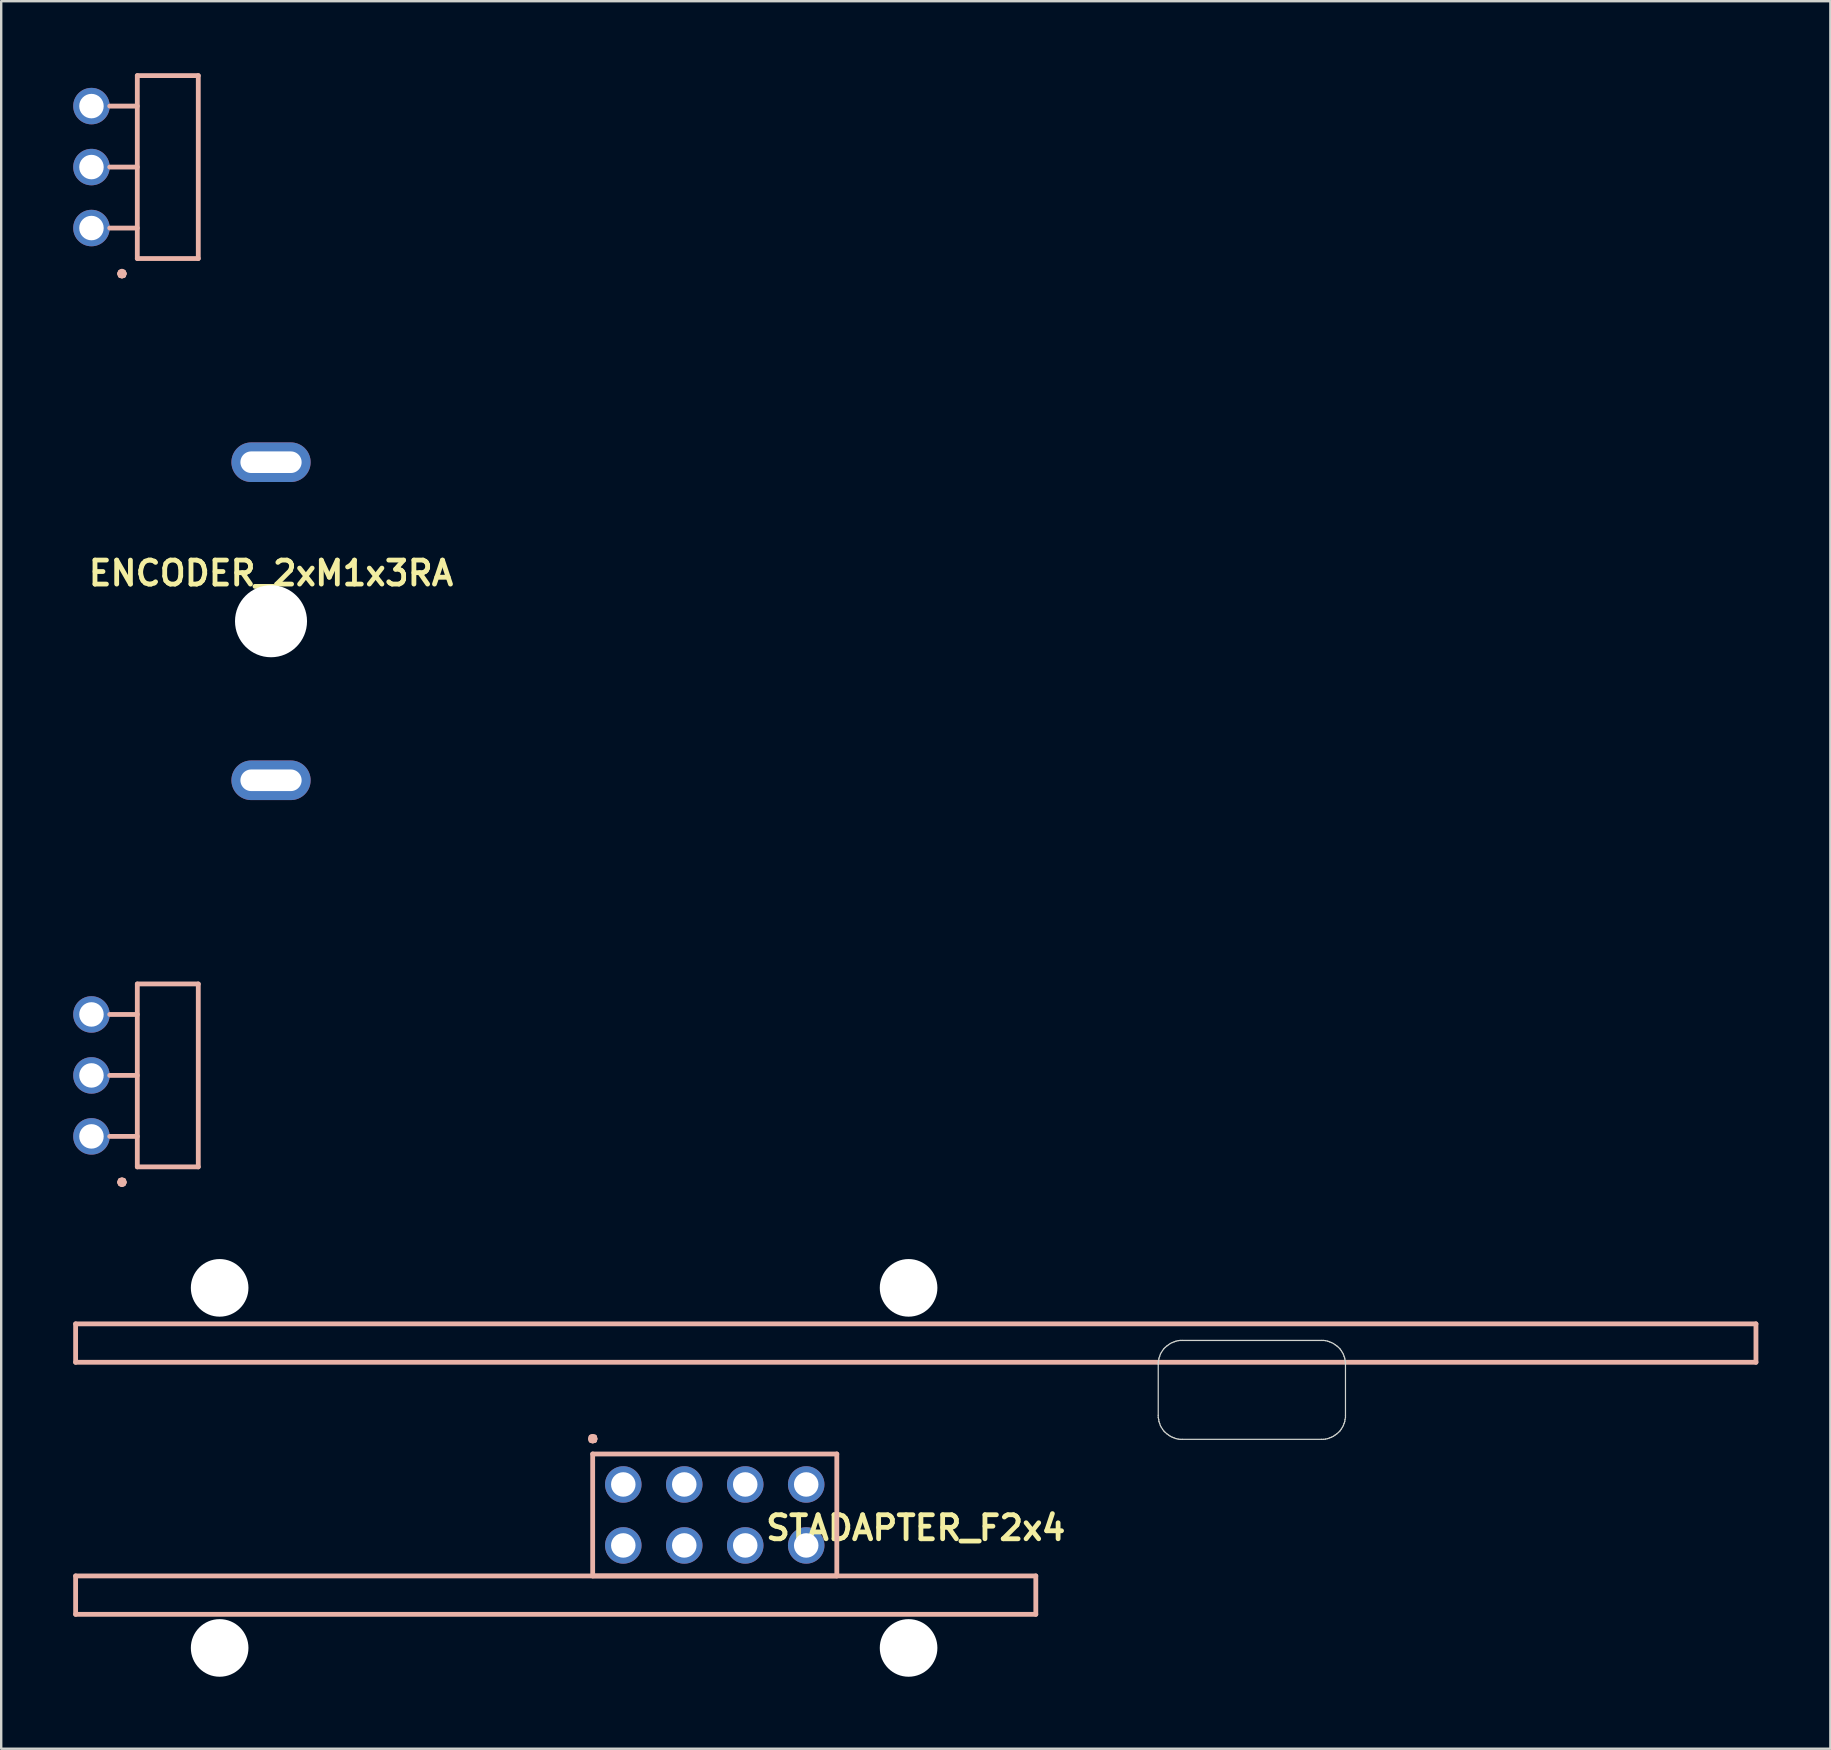
<source format=kicad_pcb>
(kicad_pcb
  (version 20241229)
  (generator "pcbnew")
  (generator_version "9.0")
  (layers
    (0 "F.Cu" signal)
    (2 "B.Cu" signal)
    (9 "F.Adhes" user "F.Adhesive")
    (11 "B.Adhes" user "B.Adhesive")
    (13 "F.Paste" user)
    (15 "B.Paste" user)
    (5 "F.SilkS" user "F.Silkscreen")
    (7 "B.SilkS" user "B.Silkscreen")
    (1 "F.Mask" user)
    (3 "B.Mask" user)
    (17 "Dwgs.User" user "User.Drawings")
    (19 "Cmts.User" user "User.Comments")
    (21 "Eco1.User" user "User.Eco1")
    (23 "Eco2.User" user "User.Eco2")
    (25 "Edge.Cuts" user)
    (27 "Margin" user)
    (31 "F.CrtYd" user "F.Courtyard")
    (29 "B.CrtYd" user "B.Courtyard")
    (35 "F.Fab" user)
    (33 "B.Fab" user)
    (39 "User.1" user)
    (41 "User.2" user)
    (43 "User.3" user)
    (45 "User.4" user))
  (footprint "ENCODER_2xM1x3RA"
    (layer "F.Cu")
    (at 8.24 22.83)
    (property "Reference" "ENCODER_2xM1x3RA" (at 0 -2 0) (layer "F.SilkS") (effects (font (size 1 1) (thickness 0.2))))
    (attr through_hole)
    (fp_line (start -6.72 -21.46) (end -5.57 -21.46) (stroke (width 0.2) (type solid)) (layer "B.SilkS"))
    (fp_line (start -6.72 -18.92) (end -5.57 -18.92) (stroke (width 0.2) (type solid)) (layer "B.SilkS"))
    (fp_line (start -6.72 -16.38) (end -5.57 -16.38) (stroke (width 0.2) (type solid)) (layer "B.SilkS"))
    (fp_line (start -6.72 16.38) (end -5.57 16.38) (stroke (width 0.2) (type solid)) (layer "B.SilkS"))
    (fp_line (start -6.72 18.92) (end -5.57 18.92) (stroke (width 0.2) (type solid)) (layer "B.SilkS"))
    (fp_line (start -6.72 21.46) (end -5.57 21.46) (stroke (width 0.2) (type solid)) (layer "B.SilkS"))
    (fp_line (start -6.31 -14.48) (end -6.28 -14.4) (stroke (width 0.2) (type solid)) (layer "B.SilkS"))
    (fp_line (start -6.31 23.37) (end -6.28 23.44) (stroke (width 0.2) (type solid)) (layer "B.SilkS"))
    (fp_line (start -6.28 -14.55) (end -6.31 -14.48) (stroke (width 0.2) (type solid)) (layer "B.SilkS"))
    (fp_line (start -6.28 -14.4) (end -6.21 -14.38) (stroke (width 0.2) (type solid)) (layer "B.SilkS"))
    (fp_line (start -6.28 23.29) (end -6.31 23.37) (stroke (width 0.2) (type solid)) (layer "B.SilkS"))
    (fp_line (start -6.28 23.44) (end -6.21 23.47) (stroke (width 0.2) (type solid)) (layer "B.SilkS"))
    (fp_line (start -6.21 -14.58) (end -6.28 -14.55) (stroke (width 0.2) (type solid)) (layer "B.SilkS"))
    (fp_line (start -6.21 -14.38) (end -6.14 -14.4) (stroke (width 0.2) (type solid)) (layer "B.SilkS"))
    (fp_line (start -6.21 23.27) (end -6.28 23.29) (stroke (width 0.2) (type solid)) (layer "B.SilkS"))
    (fp_line (start -6.21 23.47) (end -6.14 23.44) (stroke (width 0.2) (type solid)) (layer "B.SilkS"))
    (fp_line (start -6.14 -14.55) (end -6.21 -14.58) (stroke (width 0.2) (type solid)) (layer "B.SilkS"))
    (fp_line (start -6.14 -14.4) (end -6.11 -14.48) (stroke (width 0.2) (type solid)) (layer "B.SilkS"))
    (fp_line (start -6.14 23.29) (end -6.21 23.27) (stroke (width 0.2) (type solid)) (layer "B.SilkS"))
    (fp_line (start -6.14 23.44) (end -6.11 23.37) (stroke (width 0.2) (type solid)) (layer "B.SilkS"))
    (fp_line (start -6.11 -14.48) (end -6.14 -14.55) (stroke (width 0.2) (type solid)) (layer "B.SilkS"))
    (fp_line (start -6.11 23.37) (end -6.14 23.29) (stroke (width 0.2) (type solid)) (layer "B.SilkS"))
    (fp_line (start -5.57 -22.73) (end -5.57 -15.11) (stroke (width 0.2) (type solid)) (layer "B.SilkS"))
    (fp_line (start -5.57 -15.11) (end -3.03 -15.11) (stroke (width 0.2) (type solid)) (layer "B.SilkS"))
    (fp_line (start -5.57 15.11) (end -5.57 22.73) (stroke (width 0.2) (type solid)) (layer "B.SilkS"))
    (fp_line (start -5.57 22.73) (end -3.03 22.73) (stroke (width 0.2) (type solid)) (layer "B.SilkS"))
    (fp_line (start -3.03 -22.73) (end -5.57 -22.73) (stroke (width 0.2) (type solid)) (layer "B.SilkS"))
    (fp_line (start -3.03 -15.11) (end -3.03 -22.73) (stroke (width 0.2) (type solid)) (layer "B.SilkS"))
    (fp_line (start -3.03 15.11) (end -5.57 15.11) (stroke (width 0.2) (type solid)) (layer "B.SilkS"))
    (fp_line (start -3.03 22.73) (end -3.03 15.11) (stroke (width 0.2) (type solid)) (layer "B.SilkS"))
    (pad "" np_thru_hole circle (at 0 0) (size 3 3) (drill 3) (layers "*.Cu" "*.Mask"))
    (pad "1" thru_hole circle (at -7.48 21.46) (size 1.52 1.52) (drill 1.02) (layers "*.Cu" "*.Mask"))
    (pad "2" thru_hole circle (at -7.48 18.92) (size 1.52 1.52) (drill 1.02) (layers "*.Cu" "*.Mask"))
    (pad "3" thru_hole circle (at -7.48 16.38) (size 1.52 1.52) (drill 1.02) (layers "*.Cu" "*.Mask"))
    (pad "4" thru_hole circle (at -7.48 -16.38) (size 1.52 1.52) (drill 1.02) (layers "*.Cu" "*.Mask"))
    (pad "5" thru_hole circle (at -7.48 -18.92) (size 1.52 1.52) (drill 1.02) (layers "*.Cu" "*.Mask"))
    (pad "6" thru_hole circle (at -7.48 -21.46) (size 1.52 1.52) (drill 1.02) (layers "*.Cu" "*.Mask"))
    (pad "7" thru_hole oval (at 0 6.625) (size 3.3 1.65) (drill oval 2.55 0.9) (layers "*.Cu" "*.Mask"))
    (pad "8" thru_hole oval (at 0 -6.625) (size 3.3 1.65) (drill oval 2.55 0.9) (layers "*.Cu" "*.Mask")))
  (footprint "STADAPTER_F2x4"
    (layer "F.Cu")
    (at 35.1 62.6)
    (property "Reference" "STADAPTER_F2x4" (at 0 -2 0) (layer "F.SilkS") (effects (font (size 1 1) (thickness 0.2))))
    (attr through_hole)
    (fp_line (start -35 -10.5) (end -35 -8.9) (stroke (width 0.2) (type solid)) (layer "B.SilkS"))
    (fp_line (start -35 -8.9) (end 35 -8.9) (stroke (width 0.2) (type solid)) (layer "B.SilkS"))
    (fp_line (start -35 0) (end -35 1.6) (stroke (width 0.2) (type solid)) (layer "B.SilkS"))
    (fp_line (start -35 1.6) (end 5 1.6) (stroke (width 0.2) (type solid)) (layer "B.SilkS"))
    (fp_line (start -13.55 -5.71) (end -13.53 -5.64) (stroke (width 0.2) (type solid)) (layer "B.SilkS"))
    (fp_line (start -13.53 -5.79) (end -13.55 -5.71) (stroke (width 0.2) (type solid)) (layer "B.SilkS"))
    (fp_line (start -13.53 -5.64) (end -13.46 -5.62) (stroke (width 0.2) (type solid)) (layer "B.SilkS"))
    (fp_line (start -13.46 -5.81) (end -13.53 -5.79) (stroke (width 0.2) (type solid)) (layer "B.SilkS"))
    (fp_line (start -13.46 -5.62) (end -13.38 -5.64) (stroke (width 0.2) (type solid)) (layer "B.SilkS"))
    (fp_line (start -13.46 -5.08) (end -13.46 0) (stroke (width 0.2) (type solid)) (layer "B.SilkS"))
    (fp_line (start -13.46 0) (end -3.29 0) (stroke (width 0.2) (type solid)) (layer "B.SilkS"))
    (fp_line (start -13.38 -5.79) (end -13.46 -5.81) (stroke (width 0.2) (type solid)) (layer "B.SilkS"))
    (fp_line (start -13.38 -5.64) (end -13.36 -5.71) (stroke (width 0.2) (type solid)) (layer "B.SilkS"))
    (fp_line (start -13.36 -5.71) (end -13.38 -5.79) (stroke (width 0.2) (type solid)) (layer "B.SilkS"))
    (fp_line (start -3.29 -5.08) (end -13.46 -5.08) (stroke (width 0.2) (type solid)) (layer "B.SilkS"))
    (fp_line (start -3.29 0) (end -3.29 -5.08) (stroke (width 0.2) (type solid)) (layer "B.SilkS"))
    (fp_line (start 5 0) (end -35 0) (stroke (width 0.2) (type solid)) (layer "B.SilkS"))
    (fp_line (start 5 1.6) (end 5 0) (stroke (width 0.2) (type solid)) (layer "B.SilkS"))
    (fp_line (start 35 -10.5) (end -35 -10.5) (stroke (width 0.2) (type solid)) (layer "B.SilkS"))
    (fp_line (start 35 -8.9) (end 35 -10.5) (stroke (width 0.2) (type solid)) (layer "B.SilkS"))
    (fp_line (start 10.1 -8.9) (end 10.1 -8.81) (stroke (width 0.05) (type solid)) (layer "Edge.Cuts"))
    (fp_line (start 10.1 -8.81) (end 10.1 -6.69) (stroke (width 0.05) (type solid)) (layer "Edge.Cuts"))
    (fp_line (start 10.1 -6.69) (end 10.1 -6.6) (stroke (width 0.05) (type solid)) (layer "Edge.Cuts"))
    (fp_line (start 10.1 -6.6) (end 10.12 -6.51) (stroke (width 0.05) (type solid)) (layer "Edge.Cuts"))
    (fp_line (start 10.12 -8.99) (end 10.1 -8.9) (stroke (width 0.05) (type solid)) (layer "Edge.Cuts"))
    (fp_line (start 10.12 -6.51) (end 10.13 -6.43) (stroke (width 0.05) (type solid)) (layer "Edge.Cuts"))
    (fp_line (start 10.13 -9.07) (end 10.12 -8.99) (stroke (width 0.05) (type solid)) (layer "Edge.Cuts"))
    (fp_line (start 10.13 -6.43) (end 10.16 -6.35) (stroke (width 0.05) (type solid)) (layer "Edge.Cuts"))
    (fp_line (start 10.16 -9.15) (end 10.13 -9.07) (stroke (width 0.05) (type solid)) (layer "Edge.Cuts"))
    (fp_line (start 10.16 -6.35) (end 10.19 -6.26) (stroke (width 0.05) (type solid)) (layer "Edge.Cuts"))
    (fp_line (start 10.19 -9.24) (end 10.16 -9.15) (stroke (width 0.05) (type solid)) (layer "Edge.Cuts"))
    (fp_line (start 10.19 -6.26) (end 10.23 -6.19) (stroke (width 0.05) (type solid)) (layer "Edge.Cuts"))
    (fp_line (start 10.23 -9.31) (end 10.19 -9.24) (stroke (width 0.05) (type solid)) (layer "Edge.Cuts"))
    (fp_line (start 10.23 -6.19) (end 10.28 -6.11) (stroke (width 0.05) (type solid)) (layer "Edge.Cuts"))
    (fp_line (start 10.28 -9.39) (end 10.23 -9.31) (stroke (width 0.05) (type solid)) (layer "Edge.Cuts"))
    (fp_line (start 10.28 -6.11) (end 10.33 -6.04) (stroke (width 0.05) (type solid)) (layer "Edge.Cuts"))
    (fp_line (start 10.33 -9.46) (end 10.28 -9.39) (stroke (width 0.05) (type solid)) (layer "Edge.Cuts"))
    (fp_line (start 10.33 -6.04) (end 10.39 -5.98) (stroke (width 0.05) (type solid)) (layer "Edge.Cuts"))
    (fp_line (start 10.39 -9.52) (end 10.33 -9.46) (stroke (width 0.05) (type solid)) (layer "Edge.Cuts"))
    (fp_line (start 10.39 -5.98) (end 10.46 -5.92) (stroke (width 0.05) (type solid)) (layer "Edge.Cuts"))
    (fp_line (start 10.46 -9.58) (end 10.39 -9.52) (stroke (width 0.05) (type solid)) (layer "Edge.Cuts"))
    (fp_line (start 10.46 -5.92) (end 10.53 -5.87) (stroke (width 0.05) (type solid)) (layer "Edge.Cuts"))
    (fp_line (start 10.53 -9.63) (end 10.46 -9.58) (stroke (width 0.05) (type solid)) (layer "Edge.Cuts"))
    (fp_line (start 10.53 -5.87) (end 10.6 -5.82) (stroke (width 0.05) (type solid)) (layer "Edge.Cuts"))
    (fp_line (start 10.6 -9.68) (end 10.53 -9.63) (stroke (width 0.05) (type solid)) (layer "Edge.Cuts"))
    (fp_line (start 10.6 -5.82) (end 10.68 -5.78) (stroke (width 0.05) (type solid)) (layer "Edge.Cuts"))
    (fp_line (start 10.68 -9.72) (end 10.6 -9.68) (stroke (width 0.05) (type solid)) (layer "Edge.Cuts"))
    (fp_line (start 10.68 -5.78) (end 10.76 -5.75) (stroke (width 0.05) (type solid)) (layer "Edge.Cuts"))
    (fp_line (start 10.76 -9.75) (end 10.68 -9.72) (stroke (width 0.05) (type solid)) (layer "Edge.Cuts"))
    (fp_line (start 10.76 -5.75) (end 10.84 -5.72) (stroke (width 0.05) (type solid)) (layer "Edge.Cuts"))
    (fp_line (start 10.84 -9.78) (end 10.76 -9.75) (stroke (width 0.05) (type solid)) (layer "Edge.Cuts"))
    (fp_line (start 10.84 -5.72) (end 10.93 -5.7) (stroke (width 0.05) (type solid)) (layer "Edge.Cuts"))
    (fp_line (start 10.93 -9.8) (end 10.84 -9.78) (stroke (width 0.05) (type solid)) (layer "Edge.Cuts"))
    (fp_line (start 10.93 -5.7) (end 11.01 -5.69) (stroke (width 0.05) (type solid)) (layer "Edge.Cuts"))
    (fp_line (start 11.01 -9.81) (end 10.93 -9.8) (stroke (width 0.05) (type solid)) (layer "Edge.Cuts"))
    (fp_line (start 11.01 -5.69) (end 11.1 -5.69) (stroke (width 0.05) (type solid)) (layer "Edge.Cuts"))
    (fp_line (start 11.1 -9.81) (end 11.01 -9.81) (stroke (width 0.05) (type solid)) (layer "Edge.Cuts"))
    (fp_line (start 11.1 -5.69) (end 16.9 -5.69) (stroke (width 0.05) (type solid)) (layer "Edge.Cuts"))
    (fp_line (start 16.9 -9.81) (end 11.1 -9.81) (stroke (width 0.05) (type solid)) (layer "Edge.Cuts"))
    (fp_line (start 16.9 -5.69) (end 16.99 -5.69) (stroke (width 0.05) (type solid)) (layer "Edge.Cuts"))
    (fp_line (start 16.99 -9.81) (end 16.9 -9.81) (stroke (width 0.05) (type solid)) (layer "Edge.Cuts"))
    (fp_line (start 16.99 -5.69) (end 17.07 -5.7) (stroke (width 0.05) (type solid)) (layer "Edge.Cuts"))
    (fp_line (start 17.07 -9.8) (end 16.99 -9.81) (stroke (width 0.05) (type solid)) (layer "Edge.Cuts"))
    (fp_line (start 17.07 -5.7) (end 17.16 -5.72) (stroke (width 0.05) (type solid)) (layer "Edge.Cuts"))
    (fp_line (start 17.16 -9.78) (end 17.07 -9.8) (stroke (width 0.05) (type solid)) (layer "Edge.Cuts"))
    (fp_line (start 17.16 -5.72) (end 17.24 -5.75) (stroke (width 0.05) (type solid)) (layer "Edge.Cuts"))
    (fp_line (start 17.24 -9.75) (end 17.16 -9.78) (stroke (width 0.05) (type solid)) (layer "Edge.Cuts"))
    (fp_line (start 17.24 -5.75) (end 17.32 -5.78) (stroke (width 0.05) (type solid)) (layer "Edge.Cuts"))
    (fp_line (start 17.32 -9.72) (end 17.24 -9.75) (stroke (width 0.05) (type solid)) (layer "Edge.Cuts"))
    (fp_line (start 17.32 -5.78) (end 17.4 -5.82) (stroke (width 0.05) (type solid)) (layer "Edge.Cuts"))
    (fp_line (start 17.4 -9.68) (end 17.32 -9.72) (stroke (width 0.05) (type solid)) (layer "Edge.Cuts"))
    (fp_line (start 17.4 -5.82) (end 17.47 -5.87) (stroke (width 0.05) (type solid)) (layer "Edge.Cuts"))
    (fp_line (start 17.47 -9.63) (end 17.4 -9.68) (stroke (width 0.05) (type solid)) (layer "Edge.Cuts"))
    (fp_line (start 17.47 -5.87) (end 17.54 -5.92) (stroke (width 0.05) (type solid)) (layer "Edge.Cuts"))
    (fp_line (start 17.54 -9.58) (end 17.47 -9.63) (stroke (width 0.05) (type solid)) (layer "Edge.Cuts"))
    (fp_line (start 17.54 -5.92) (end 17.61 -5.98) (stroke (width 0.05) (type solid)) (layer "Edge.Cuts"))
    (fp_line (start 17.61 -9.52) (end 17.54 -9.58) (stroke (width 0.05) (type solid)) (layer "Edge.Cuts"))
    (fp_line (start 17.61 -5.98) (end 17.67 -6.04) (stroke (width 0.05) (type solid)) (layer "Edge.Cuts"))
    (fp_line (start 17.67 -9.46) (end 17.61 -9.52) (stroke (width 0.05) (type solid)) (layer "Edge.Cuts"))
    (fp_line (start 17.67 -6.04) (end 17.72 -6.11) (stroke (width 0.05) (type solid)) (layer "Edge.Cuts"))
    (fp_line (start 17.72 -9.39) (end 17.67 -9.46) (stroke (width 0.05) (type solid)) (layer "Edge.Cuts"))
    (fp_line (start 17.72 -6.11) (end 17.77 -6.19) (stroke (width 0.05) (type solid)) (layer "Edge.Cuts"))
    (fp_line (start 17.77 -9.31) (end 17.72 -9.39) (stroke (width 0.05) (type solid)) (layer "Edge.Cuts"))
    (fp_line (start 17.77 -6.19) (end 17.81 -6.26) (stroke (width 0.05) (type solid)) (layer "Edge.Cuts"))
    (fp_line (start 17.81 -9.24) (end 17.77 -9.31) (stroke (width 0.05) (type solid)) (layer "Edge.Cuts"))
    (fp_line (start 17.81 -6.26) (end 17.84 -6.35) (stroke (width 0.05) (type solid)) (layer "Edge.Cuts"))
    (fp_line (start 17.84 -9.15) (end 17.81 -9.24) (stroke (width 0.05) (type solid)) (layer "Edge.Cuts"))
    (fp_line (start 17.84 -6.35) (end 17.87 -6.43) (stroke (width 0.05) (type solid)) (layer "Edge.Cuts"))
    (fp_line (start 17.87 -9.07) (end 17.84 -9.15) (stroke (width 0.05) (type solid)) (layer "Edge.Cuts"))
    (fp_line (start 17.87 -6.43) (end 17.88 -6.51) (stroke (width 0.05) (type solid)) (layer "Edge.Cuts"))
    (fp_line (start 17.88 -8.99) (end 17.87 -9.07) (stroke (width 0.05) (type solid)) (layer "Edge.Cuts"))
    (fp_line (start 17.88 -6.51) (end 17.9 -6.6) (stroke (width 0.05) (type solid)) (layer "Edge.Cuts"))
    (fp_line (start 17.9 -8.9) (end 17.88 -8.99) (stroke (width 0.05) (type solid)) (layer "Edge.Cuts"))
    (fp_line (start 17.9 -8.81) (end 17.9 -8.9) (stroke (width 0.05) (type solid)) (layer "Edge.Cuts"))
    (fp_line (start 17.9 -6.69) (end 17.9 -8.81) (stroke (width 0.05) (type solid)) (layer "Edge.Cuts"))
    (fp_line (start 17.9 -6.6) (end 17.9 -6.69) (stroke (width 0.05) (type solid)) (layer "Edge.Cuts"))
    (pad "" np_thru_hole circle (at -29 -12) (size 2.4 2.4) (drill 2.4) (layers "*.Cu" "*.Mask"))
    (pad "" np_thru_hole circle (at -29 3) (size 2.4 2.4) (drill 2.4) (layers "*.Cu" "*.Mask"))
    (pad "" np_thru_hole circle (at -0.3 -12) (size 2.4 2.4) (drill 2.4) (layers "*.Cu" "*.Mask"))
    (pad "" np_thru_hole circle (at -0.3 3) (size 2.4 2.4) (drill 2.4) (layers "*.Cu" "*.Mask"))
    (pad "1" thru_hole circle (at -12.185 -1.27) (size 1.52 1.52) (drill 1.02) (layers "*.Cu" "*.Mask"))
    (pad "2" thru_hole circle (at -12.185 -3.81) (size 1.52 1.52) (drill 1.02) (layers "*.Cu" "*.Mask"))
    (pad "3" thru_hole circle (at -9.645 -1.27) (size 1.52 1.52) (drill 1.02) (layers "*.Cu" "*.Mask"))
    (pad "4" thru_hole circle (at -9.645 -3.81) (size 1.52 1.52) (drill 1.02) (layers "*.Cu" "*.Mask"))
    (pad "5" thru_hole circle (at -7.105 -1.27) (size 1.52 1.52) (drill 1.02) (layers "*.Cu" "*.Mask"))
    (pad "6" thru_hole circle (at -7.105 -3.81) (size 1.52 1.52) (drill 1.02) (layers "*.Cu" "*.Mask"))
    (pad "7" thru_hole circle (at -4.565 -1.27) (size 1.52 1.52) (drill 1.02) (layers "*.Cu" "*.Mask"))
    (pad "8" thru_hole circle (at -4.565 -3.81) (size 1.52 1.52) (drill 1.02) (layers "*.Cu" "*.Mask")))
  (gr_rect
    (start -3 -3)
    (end 73.2 69.8)
    (stroke (width 0.1) (type default))
    (fill no)
    (layer "Edge.Cuts")))
</source>
